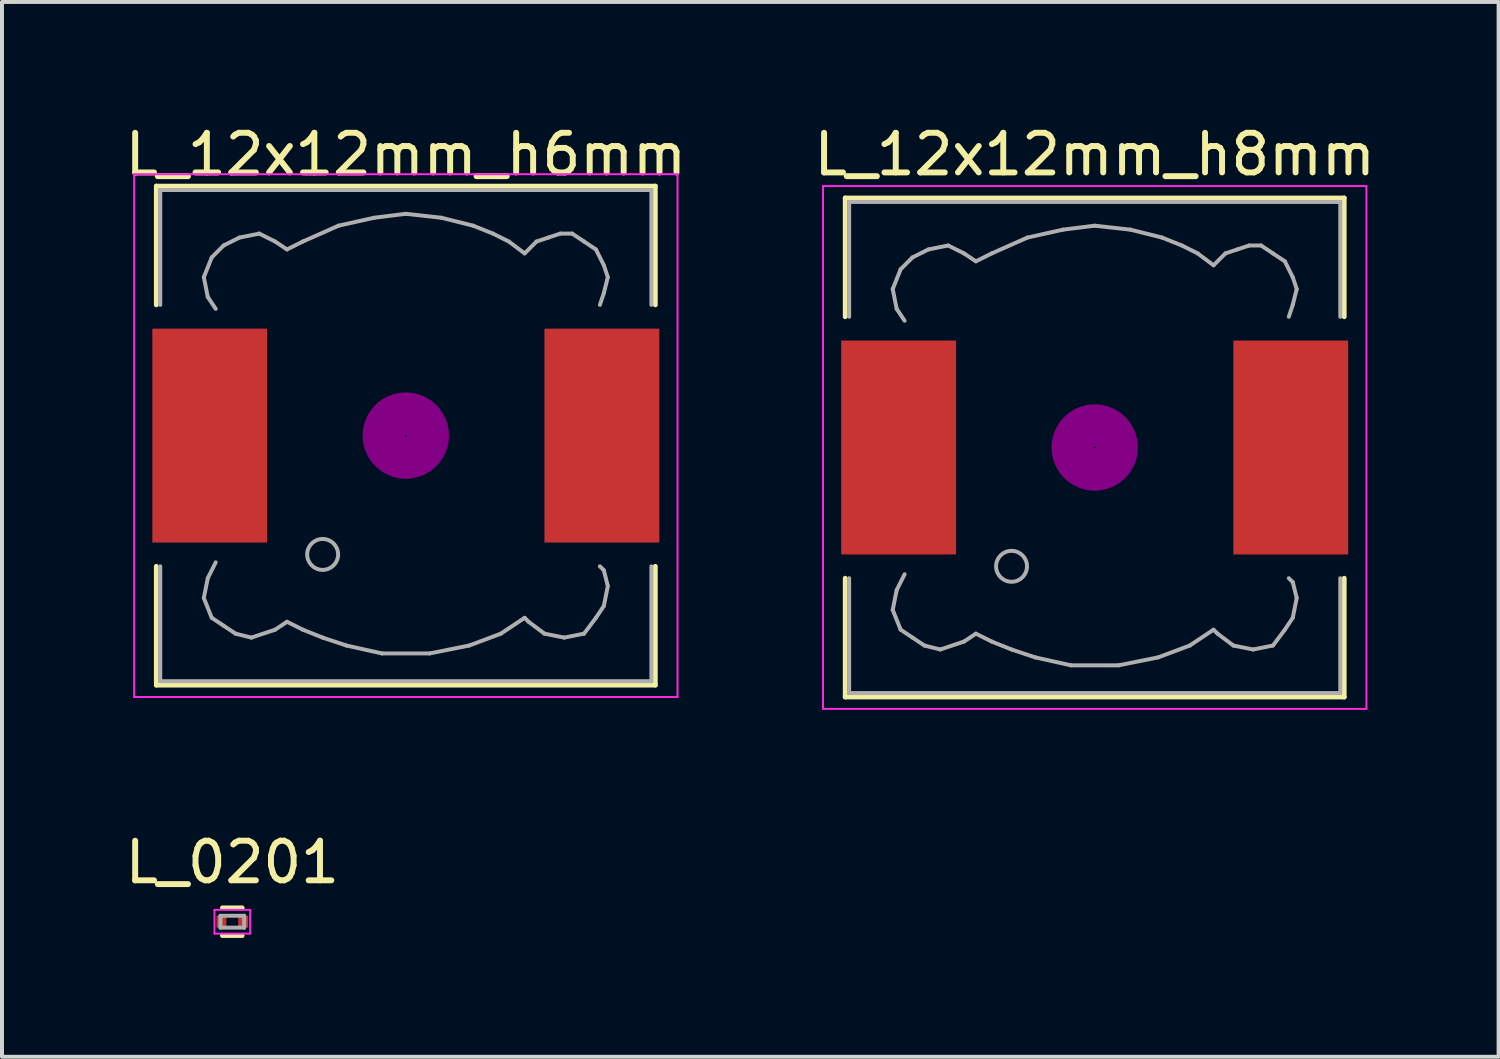
<source format=kicad_pcb>
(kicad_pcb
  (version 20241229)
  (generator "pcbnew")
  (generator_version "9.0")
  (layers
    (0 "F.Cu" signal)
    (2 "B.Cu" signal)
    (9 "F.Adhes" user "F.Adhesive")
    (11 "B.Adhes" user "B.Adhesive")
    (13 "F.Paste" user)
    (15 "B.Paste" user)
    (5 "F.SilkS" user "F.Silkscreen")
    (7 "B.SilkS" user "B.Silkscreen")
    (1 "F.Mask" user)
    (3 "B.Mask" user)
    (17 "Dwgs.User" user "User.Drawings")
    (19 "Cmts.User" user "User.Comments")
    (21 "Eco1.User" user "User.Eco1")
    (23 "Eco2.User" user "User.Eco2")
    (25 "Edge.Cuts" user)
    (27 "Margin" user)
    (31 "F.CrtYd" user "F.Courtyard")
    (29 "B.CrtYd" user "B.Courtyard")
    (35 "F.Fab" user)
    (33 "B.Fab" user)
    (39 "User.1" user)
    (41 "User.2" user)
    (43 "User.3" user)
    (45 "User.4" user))
  (footprint "L_12x12mm_h8mm"
    (layer "F.Cu")
    (at 24.589 8.248)
    (property "Reference" "L_12x12mm_h8mm" (at 0 -7.4 0) (layer "F.SilkS") (effects (font (size 1 1) (thickness 0.15))))
    (attr smd)
    (fp_line (start -6.3 -6.3) (end 6.3 -6.3) (stroke (width 0.12) (type solid)) (layer "F.SilkS"))
    (fp_line (start -6.3 -3.3) (end -6.3 -6.3) (stroke (width 0.12) (type solid)) (layer "F.SilkS"))
    (fp_line (start -6.3 6.3) (end -6.3 3.3) (stroke (width 0.12) (type solid)) (layer "F.SilkS"))
    (fp_line (start 6.3 -6.3) (end 6.3 -3.3) (stroke (width 0.12) (type solid)) (layer "F.SilkS"))
    (fp_line (start 6.3 3.3) (end 6.3 6.3) (stroke (width 0.12) (type solid)) (layer "F.SilkS"))
    (fp_line (start 6.3 6.3) (end -6.3 6.3) (stroke (width 0.12) (type solid)) (layer "F.SilkS"))
    (fp_circle (center 0 0) (end 0.15 0.15) (stroke (width 0.38) (type solid)) (fill no) (layer "F.Adhes"))
    (fp_circle (center 0 0) (end 0.55 0) (stroke (width 0.38) (type solid)) (fill no) (layer "F.Adhes"))
    (fp_circle (center 0 0) (end 0.9 0) (stroke (width 0.38) (type solid)) (fill no) (layer "F.Adhes"))
    (fp_line (start -6.86 -6.6) (end 6.86 -6.6) (stroke (width 0.05) (type solid)) (layer "F.CrtYd"))
    (fp_line (start -6.86 6.6) (end -6.86 -6.6) (stroke (width 0.05) (type solid)) (layer "F.CrtYd"))
    (fp_line (start 6.86 -6.6) (end 6.86 6.6) (stroke (width 0.05) (type solid)) (layer "F.CrtYd"))
    (fp_line (start 6.86 6.6) (end -6.86 6.6) (stroke (width 0.05) (type solid)) (layer "F.CrtYd"))
    (fp_line (start -6.2 -6.2) (end -6.2 -3.3) (stroke (width 0.1) (type solid)) (layer "F.Fab"))
    (fp_line (start -6.2 3.3) (end -6.2 6.2) (stroke (width 0.1) (type solid)) (layer "F.Fab"))
    (fp_line (start -6.2 6.2) (end 6.2 6.2) (stroke (width 0.1) (type solid)) (layer "F.Fab"))
    (fp_line (start -5.1 -4) (end -5 -3.5) (stroke (width 0.1) (type solid)) (layer "F.Fab"))
    (fp_line (start -5.1 4.1) (end -5 3.6) (stroke (width 0.1) (type solid)) (layer "F.Fab"))
    (fp_line (start -5 -3.5) (end -4.8 -3.2) (stroke (width 0.1) (type solid)) (layer "F.Fab"))
    (fp_line (start -5 3.6) (end -4.8 3.2) (stroke (width 0.1) (type solid)) (layer "F.Fab"))
    (fp_line (start -4.9 -4.5) (end -5.1 -4) (stroke (width 0.1) (type solid)) (layer "F.Fab"))
    (fp_line (start -4.9 4.6) (end -5.1 4.1) (stroke (width 0.1) (type solid)) (layer "F.Fab"))
    (fp_line (start -4.6 -4.8) (end -4.9 -4.5) (stroke (width 0.1) (type solid)) (layer "F.Fab"))
    (fp_line (start -4.6 4.8) (end -4.9 4.6) (stroke (width 0.1) (type solid)) (layer "F.Fab"))
    (fp_line (start -4.3 5) (end -4.6 4.8) (stroke (width 0.1) (type solid)) (layer "F.Fab"))
    (fp_line (start -4.2 -5) (end -4.6 -4.8) (stroke (width 0.1) (type solid)) (layer "F.Fab"))
    (fp_line (start -3.9 5.1) (end -4.3 5) (stroke (width 0.1) (type solid)) (layer "F.Fab"))
    (fp_line (start -3.7 -5.1) (end -4.2 -5) (stroke (width 0.1) (type solid)) (layer "F.Fab"))
    (fp_line (start -3.3 -4.9) (end -3.7 -5.1) (stroke (width 0.1) (type solid)) (layer "F.Fab"))
    (fp_line (start -3.3 4.9) (end -3.9 5.1) (stroke (width 0.1) (type solid)) (layer "F.Fab"))
    (fp_line (start -3 -4.7) (end -3.3 -4.9) (stroke (width 0.1) (type solid)) (layer "F.Fab"))
    (fp_line (start -3 4.7) (end -3.3 4.9) (stroke (width 0.1) (type solid)) (layer "F.Fab"))
    (fp_line (start -2.6 -4.9) (end -3 -4.7) (stroke (width 0.1) (type solid)) (layer "F.Fab"))
    (fp_line (start -2.6 4.9) (end -3 4.7) (stroke (width 0.1) (type solid)) (layer "F.Fab"))
    (fp_line (start -2.1 5.1) (end -2.6 4.9) (stroke (width 0.1) (type solid)) (layer "F.Fab"))
    (fp_line (start -1.7 -5.3) (end -2.6 -4.9) (stroke (width 0.1) (type solid)) (layer "F.Fab"))
    (fp_line (start -1.5 5.3) (end -2.1 5.1) (stroke (width 0.1) (type solid)) (layer "F.Fab"))
    (fp_line (start -0.8 -5.5) (end -1.7 -5.3) (stroke (width 0.1) (type solid)) (layer "F.Fab"))
    (fp_line (start -0.6 5.5) (end -1.5 5.3) (stroke (width 0.1) (type solid)) (layer "F.Fab"))
    (fp_line (start 0 -5.6) (end -0.8 -5.5) (stroke (width 0.1) (type solid)) (layer "F.Fab"))
    (fp_line (start 0.6 5.5) (end -0.6 5.5) (stroke (width 0.1) (type solid)) (layer "F.Fab"))
    (fp_line (start 0.9 -5.5) (end 0 -5.6) (stroke (width 0.1) (type solid)) (layer "F.Fab"))
    (fp_line (start 1.6 5.3) (end 0.6 5.5) (stroke (width 0.1) (type solid)) (layer "F.Fab"))
    (fp_line (start 1.7 -5.3) (end 0.9 -5.5) (stroke (width 0.1) (type solid)) (layer "F.Fab"))
    (fp_line (start 2.2 -5.1) (end 1.7 -5.3) (stroke (width 0.1) (type solid)) (layer "F.Fab"))
    (fp_line (start 2.4 5) (end 1.6 5.3) (stroke (width 0.1) (type solid)) (layer "F.Fab"))
    (fp_line (start 2.6 -4.9) (end 2.2 -5.1) (stroke (width 0.1) (type solid)) (layer "F.Fab"))
    (fp_line (start 3 -4.6) (end 2.6 -4.9) (stroke (width 0.1) (type solid)) (layer "F.Fab"))
    (fp_line (start 3 4.6) (end 2.4 5) (stroke (width 0.1) (type solid)) (layer "F.Fab"))
    (fp_line (start 3.1 4.7) (end 3 4.6) (stroke (width 0.1) (type solid)) (layer "F.Fab"))
    (fp_line (start 3.3 -4.9) (end 3 -4.6) (stroke (width 0.1) (type solid)) (layer "F.Fab"))
    (fp_line (start 3.5 5) (end 3.1 4.7) (stroke (width 0.1) (type solid)) (layer "F.Fab"))
    (fp_line (start 3.6 -5) (end 3.3 -4.9) (stroke (width 0.1) (type solid)) (layer "F.Fab"))
    (fp_line (start 3.9 -5.1) (end 3.6 -5) (stroke (width 0.1) (type solid)) (layer "F.Fab"))
    (fp_line (start 4 5.1) (end 3.5 5) (stroke (width 0.1) (type solid)) (layer "F.Fab"))
    (fp_line (start 4.2 -5.1) (end 3.9 -5.1) (stroke (width 0.1) (type solid)) (layer "F.Fab"))
    (fp_line (start 4.5 -4.9) (end 4.2 -5.1) (stroke (width 0.1) (type solid)) (layer "F.Fab"))
    (fp_line (start 4.5 5) (end 4 5.1) (stroke (width 0.1) (type solid)) (layer "F.Fab"))
    (fp_line (start 4.8 -4.7) (end 4.5 -4.9) (stroke (width 0.1) (type solid)) (layer "F.Fab"))
    (fp_line (start 4.8 4.6) (end 4.5 5) (stroke (width 0.1) (type solid)) (layer "F.Fab"))
    (fp_line (start 4.9 -3.3) (end 5 -3.6) (stroke (width 0.1) (type solid)) (layer "F.Fab"))
    (fp_line (start 4.9 3.3) (end 5 3.4) (stroke (width 0.1) (type solid)) (layer "F.Fab"))
    (fp_line (start 5 -4.3) (end 4.8 -4.7) (stroke (width 0.1) (type solid)) (layer "F.Fab"))
    (fp_line (start 5 -3.6) (end 5.1 -4) (stroke (width 0.1) (type solid)) (layer "F.Fab"))
    (fp_line (start 5 3.4) (end 5.1 3.8) (stroke (width 0.1) (type solid)) (layer "F.Fab"))
    (fp_line (start 5 4.3) (end 4.8 4.6) (stroke (width 0.1) (type solid)) (layer "F.Fab"))
    (fp_line (start 5.1 -4) (end 5 -4.3) (stroke (width 0.1) (type solid)) (layer "F.Fab"))
    (fp_line (start 5.1 3.8) (end 5 4.3) (stroke (width 0.1) (type solid)) (layer "F.Fab"))
    (fp_line (start 6.2 -6.2) (end -6.2 -6.2) (stroke (width 0.1) (type solid)) (layer "F.Fab"))
    (fp_line (start 6.2 -6.2) (end 6.2 -3.3) (stroke (width 0.1) (type solid)) (layer "F.Fab"))
    (fp_line (start 6.2 6.2) (end 6.2 3.3) (stroke (width 0.1) (type solid)) (layer "F.Fab"))
    (fp_circle (center -2.1 3) (end -1.8 3.25) (stroke (width 0.1) (type solid)) (fill no) (layer "F.Fab"))
    (pad "1" smd rect (at -4.95 0) (size 2.9 5.4) (layers "F.Cu" "F.Mask" "F.Paste"))
    (pad "2" smd rect (at 4.95 0) (size 2.9 5.4) (layers "F.Cu" "F.Mask" "F.Paste")))
  (footprint "L_12x12mm_h6mm"
    (layer "F.Cu")
    (at 7.196 7.948)
    (property "Reference" "L_12x12mm_h6mm" (at 0 -7.1 0) (layer "F.SilkS") (effects (font (size 1 1) (thickness 0.15))))
    (attr smd)
    (fp_line (start -6.3 -6.3) (end 6.3 -6.3) (stroke (width 0.12) (type solid)) (layer "F.SilkS"))
    (fp_line (start -6.3 -3.3) (end -6.3 -6.3) (stroke (width 0.12) (type solid)) (layer "F.SilkS"))
    (fp_line (start -6.3 6.3) (end -6.3 3.3) (stroke (width 0.12) (type solid)) (layer "F.SilkS"))
    (fp_line (start 6.3 -6.3) (end 6.3 -3.3) (stroke (width 0.12) (type solid)) (layer "F.SilkS"))
    (fp_line (start 6.3 3.3) (end 6.3 6.3) (stroke (width 0.12) (type solid)) (layer "F.SilkS"))
    (fp_line (start 6.3 6.3) (end -6.3 6.3) (stroke (width 0.12) (type solid)) (layer "F.SilkS"))
    (fp_circle (center 0 0) (end 0.15 0.15) (stroke (width 0.38) (type solid)) (fill no) (layer "F.Adhes"))
    (fp_circle (center 0 0) (end 0.55 0) (stroke (width 0.38) (type solid)) (fill no) (layer "F.Adhes"))
    (fp_circle (center 0 0) (end 0.9 0) (stroke (width 0.38) (type solid)) (fill no) (layer "F.Adhes"))
    (fp_line (start -6.86 -6.6) (end 6.86 -6.6) (stroke (width 0.05) (type solid)) (layer "F.CrtYd"))
    (fp_line (start -6.86 6.6) (end -6.86 -6.6) (stroke (width 0.05) (type solid)) (layer "F.CrtYd"))
    (fp_line (start 6.86 -6.6) (end 6.86 6.6) (stroke (width 0.05) (type solid)) (layer "F.CrtYd"))
    (fp_line (start 6.86 6.6) (end -6.86 6.6) (stroke (width 0.05) (type solid)) (layer "F.CrtYd"))
    (fp_line (start -6.2 -6.2) (end -6.2 -3.3) (stroke (width 0.1) (type solid)) (layer "F.Fab"))
    (fp_line (start -6.2 3.3) (end -6.2 6.2) (stroke (width 0.1) (type solid)) (layer "F.Fab"))
    (fp_line (start -6.2 6.2) (end 6.2 6.2) (stroke (width 0.1) (type solid)) (layer "F.Fab"))
    (fp_line (start -5.1 -4) (end -5 -3.5) (stroke (width 0.1) (type solid)) (layer "F.Fab"))
    (fp_line (start -5.1 4.1) (end -5 3.6) (stroke (width 0.1) (type solid)) (layer "F.Fab"))
    (fp_line (start -5 -3.5) (end -4.8 -3.2) (stroke (width 0.1) (type solid)) (layer "F.Fab"))
    (fp_line (start -5 3.6) (end -4.8 3.2) (stroke (width 0.1) (type solid)) (layer "F.Fab"))
    (fp_line (start -4.9 -4.5) (end -5.1 -4) (stroke (width 0.1) (type solid)) (layer "F.Fab"))
    (fp_line (start -4.9 4.6) (end -5.1 4.1) (stroke (width 0.1) (type solid)) (layer "F.Fab"))
    (fp_line (start -4.6 -4.8) (end -4.9 -4.5) (stroke (width 0.1) (type solid)) (layer "F.Fab"))
    (fp_line (start -4.6 4.8) (end -4.9 4.6) (stroke (width 0.1) (type solid)) (layer "F.Fab"))
    (fp_line (start -4.3 5) (end -4.6 4.8) (stroke (width 0.1) (type solid)) (layer "F.Fab"))
    (fp_line (start -4.2 -5) (end -4.6 -4.8) (stroke (width 0.1) (type solid)) (layer "F.Fab"))
    (fp_line (start -3.9 5.1) (end -4.3 5) (stroke (width 0.1) (type solid)) (layer "F.Fab"))
    (fp_line (start -3.7 -5.1) (end -4.2 -5) (stroke (width 0.1) (type solid)) (layer "F.Fab"))
    (fp_line (start -3.3 -4.9) (end -3.7 -5.1) (stroke (width 0.1) (type solid)) (layer "F.Fab"))
    (fp_line (start -3.3 4.9) (end -3.9 5.1) (stroke (width 0.1) (type solid)) (layer "F.Fab"))
    (fp_line (start -3 -4.7) (end -3.3 -4.9) (stroke (width 0.1) (type solid)) (layer "F.Fab"))
    (fp_line (start -3 4.7) (end -3.3 4.9) (stroke (width 0.1) (type solid)) (layer "F.Fab"))
    (fp_line (start -2.6 -4.9) (end -3 -4.7) (stroke (width 0.1) (type solid)) (layer "F.Fab"))
    (fp_line (start -2.6 4.9) (end -3 4.7) (stroke (width 0.1) (type solid)) (layer "F.Fab"))
    (fp_line (start -2.1 5.1) (end -2.6 4.9) (stroke (width 0.1) (type solid)) (layer "F.Fab"))
    (fp_line (start -1.7 -5.3) (end -2.6 -4.9) (stroke (width 0.1) (type solid)) (layer "F.Fab"))
    (fp_line (start -1.5 5.3) (end -2.1 5.1) (stroke (width 0.1) (type solid)) (layer "F.Fab"))
    (fp_line (start -0.8 -5.5) (end -1.7 -5.3) (stroke (width 0.1) (type solid)) (layer "F.Fab"))
    (fp_line (start -0.6 5.5) (end -1.5 5.3) (stroke (width 0.1) (type solid)) (layer "F.Fab"))
    (fp_line (start 0 -5.6) (end -0.8 -5.5) (stroke (width 0.1) (type solid)) (layer "F.Fab"))
    (fp_line (start 0.6 5.5) (end -0.6 5.5) (stroke (width 0.1) (type solid)) (layer "F.Fab"))
    (fp_line (start 0.9 -5.5) (end 0 -5.6) (stroke (width 0.1) (type solid)) (layer "F.Fab"))
    (fp_line (start 1.6 5.3) (end 0.6 5.5) (stroke (width 0.1) (type solid)) (layer "F.Fab"))
    (fp_line (start 1.7 -5.3) (end 0.9 -5.5) (stroke (width 0.1) (type solid)) (layer "F.Fab"))
    (fp_line (start 2.2 -5.1) (end 1.7 -5.3) (stroke (width 0.1) (type solid)) (layer "F.Fab"))
    (fp_line (start 2.4 5) (end 1.6 5.3) (stroke (width 0.1) (type solid)) (layer "F.Fab"))
    (fp_line (start 2.6 -4.9) (end 2.2 -5.1) (stroke (width 0.1) (type solid)) (layer "F.Fab"))
    (fp_line (start 3 -4.6) (end 2.6 -4.9) (stroke (width 0.1) (type solid)) (layer "F.Fab"))
    (fp_line (start 3 4.6) (end 2.4 5) (stroke (width 0.1) (type solid)) (layer "F.Fab"))
    (fp_line (start 3.1 4.7) (end 3 4.6) (stroke (width 0.1) (type solid)) (layer "F.Fab"))
    (fp_line (start 3.3 -4.9) (end 3 -4.6) (stroke (width 0.1) (type solid)) (layer "F.Fab"))
    (fp_line (start 3.5 5) (end 3.1 4.7) (stroke (width 0.1) (type solid)) (layer "F.Fab"))
    (fp_line (start 3.6 -5) (end 3.3 -4.9) (stroke (width 0.1) (type solid)) (layer "F.Fab"))
    (fp_line (start 3.9 -5.1) (end 3.6 -5) (stroke (width 0.1) (type solid)) (layer "F.Fab"))
    (fp_line (start 4 5.1) (end 3.5 5) (stroke (width 0.1) (type solid)) (layer "F.Fab"))
    (fp_line (start 4.2 -5.1) (end 3.9 -5.1) (stroke (width 0.1) (type solid)) (layer "F.Fab"))
    (fp_line (start 4.5 -4.9) (end 4.2 -5.1) (stroke (width 0.1) (type solid)) (layer "F.Fab"))
    (fp_line (start 4.5 5) (end 4 5.1) (stroke (width 0.1) (type solid)) (layer "F.Fab"))
    (fp_line (start 4.8 -4.7) (end 4.5 -4.9) (stroke (width 0.1) (type solid)) (layer "F.Fab"))
    (fp_line (start 4.8 4.6) (end 4.5 5) (stroke (width 0.1) (type solid)) (layer "F.Fab"))
    (fp_line (start 4.9 -3.3) (end 5 -3.6) (stroke (width 0.1) (type solid)) (layer "F.Fab"))
    (fp_line (start 4.9 3.3) (end 5 3.4) (stroke (width 0.1) (type solid)) (layer "F.Fab"))
    (fp_line (start 5 -4.3) (end 4.8 -4.7) (stroke (width 0.1) (type solid)) (layer "F.Fab"))
    (fp_line (start 5 -3.6) (end 5.1 -4) (stroke (width 0.1) (type solid)) (layer "F.Fab"))
    (fp_line (start 5 3.4) (end 5.1 3.8) (stroke (width 0.1) (type solid)) (layer "F.Fab"))
    (fp_line (start 5 4.3) (end 4.8 4.6) (stroke (width 0.1) (type solid)) (layer "F.Fab"))
    (fp_line (start 5.1 -4) (end 5 -4.3) (stroke (width 0.1) (type solid)) (layer "F.Fab"))
    (fp_line (start 5.1 3.8) (end 5 4.3) (stroke (width 0.1) (type solid)) (layer "F.Fab"))
    (fp_line (start 6.2 -6.2) (end -6.2 -6.2) (stroke (width 0.1) (type solid)) (layer "F.Fab"))
    (fp_line (start 6.2 -6.2) (end 6.2 -3.3) (stroke (width 0.1) (type solid)) (layer "F.Fab"))
    (fp_line (start 6.2 6.2) (end 6.2 3.3) (stroke (width 0.1) (type solid)) (layer "F.Fab"))
    (fp_circle (center -2.1 3) (end -1.8 3.25) (stroke (width 0.1) (type solid)) (fill no) (layer "F.Fab"))
    (pad "1" smd rect (at -4.95 0) (size 2.9 5.4) (layers "F.Cu" "F.Mask" "F.Paste"))
    (pad "2" smd rect (at 4.95 0) (size 2.9 5.4) (layers "F.Cu" "F.Mask" "F.Paste")))
  (footprint "L_0201"
    (layer "F.Cu")
    (at 2.815 20.221)
    (property "Reference" "L_0201" (at 0 -1.5 0) (layer "F.SilkS") (effects (font (size 1 1) (thickness 0.15))))
    (attr smd)
    (fp_line (start -0.25 -0.35) (end 0.25 -0.35) (stroke (width 0.12) (type solid)) (layer "F.SilkS"))
    (fp_line (start -0.25 0.35) (end 0.25 0.35) (stroke (width 0.12) (type solid)) (layer "F.SilkS"))
    (fp_line (start -0.45 -0.3) (end 0.45 -0.3) (stroke (width 0.05) (type solid)) (layer "F.CrtYd"))
    (fp_line (start -0.45 0.3) (end -0.45 -0.3) (stroke (width 0.05) (type solid)) (layer "F.CrtYd"))
    (fp_line (start -0.45 0.3) (end 0.45 0.3) (stroke (width 0.05) (type solid)) (layer "F.CrtYd"))
    (fp_line (start 0.45 0.3) (end 0.45 -0.3) (stroke (width 0.05) (type solid)) (layer "F.CrtYd"))
    (fp_line (start -0.3 -0.15) (end -0.3 0.15) (stroke (width 0.1) (type solid)) (layer "F.Fab"))
    (fp_line (start 0.3 -0.15) (end -0.3 -0.15) (stroke (width 0.1) (type solid)) (layer "F.Fab"))
    (fp_line (start 0.3 -0.15) (end 0.3 0.15) (stroke (width 0.1) (type solid)) (layer "F.Fab"))
    (fp_line (start 0.3 0.15) (end -0.3 0.15) (stroke (width 0.1) (type solid)) (layer "F.Fab"))
    (pad "1" smd rect (at -0.275 0) (size 0.25 0.3) (layers "F.Cu" "F.Mask" "F.Paste"))
    (pad "2" smd rect (at 0.275 0) (size 0.25 0.3) (layers "F.Cu" "F.Mask" "F.Paste")))
  (gr_rect
    (start -3 -3)
    (end 34.786 23.631)
    (stroke (width 0.1) (type default))
    (fill no)
    (layer "Edge.Cuts")))
</source>
